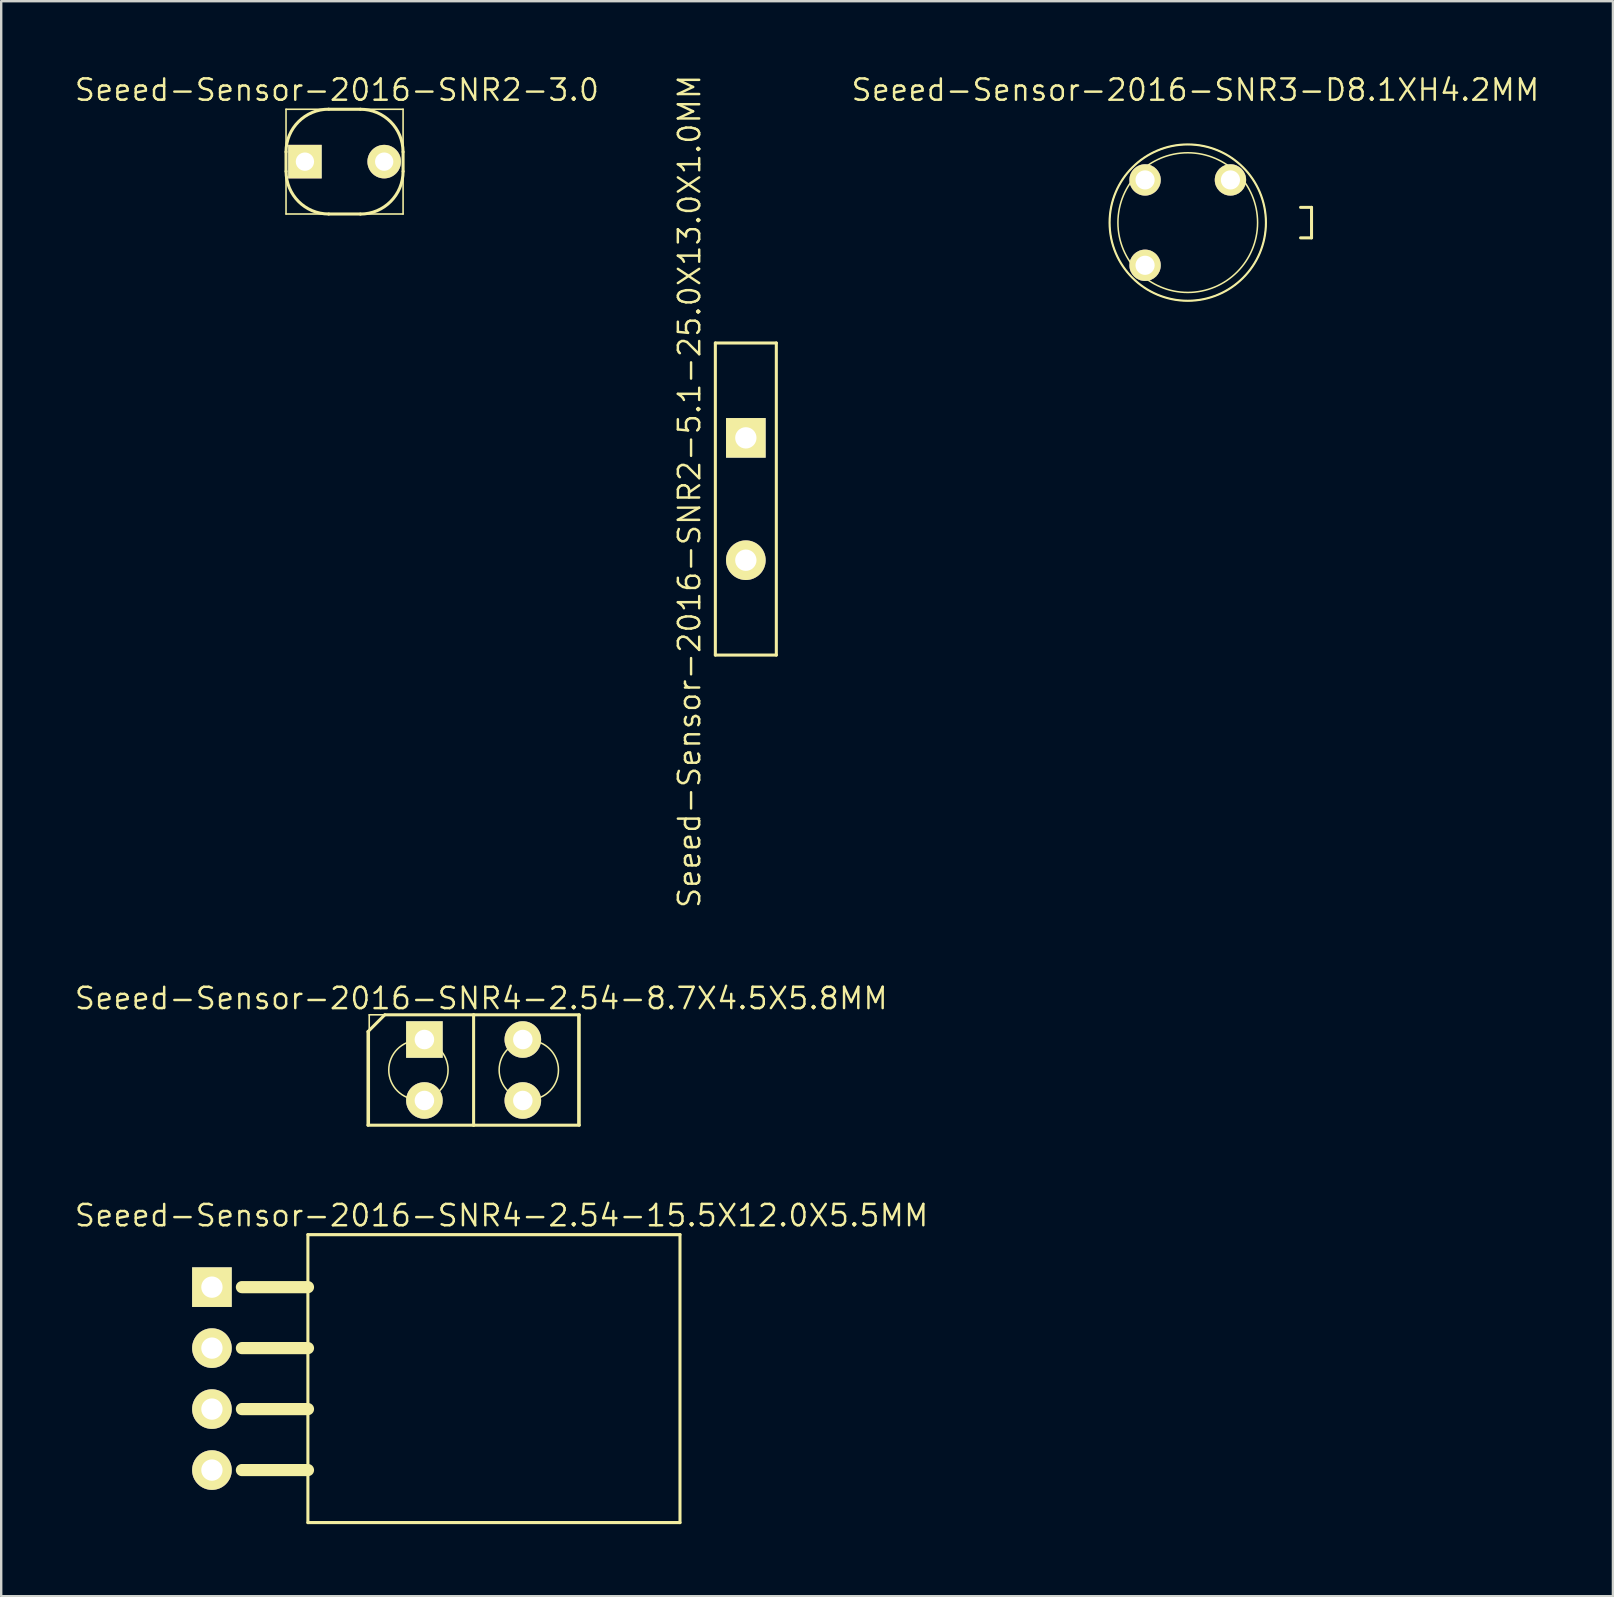
<source format=kicad_pcb>
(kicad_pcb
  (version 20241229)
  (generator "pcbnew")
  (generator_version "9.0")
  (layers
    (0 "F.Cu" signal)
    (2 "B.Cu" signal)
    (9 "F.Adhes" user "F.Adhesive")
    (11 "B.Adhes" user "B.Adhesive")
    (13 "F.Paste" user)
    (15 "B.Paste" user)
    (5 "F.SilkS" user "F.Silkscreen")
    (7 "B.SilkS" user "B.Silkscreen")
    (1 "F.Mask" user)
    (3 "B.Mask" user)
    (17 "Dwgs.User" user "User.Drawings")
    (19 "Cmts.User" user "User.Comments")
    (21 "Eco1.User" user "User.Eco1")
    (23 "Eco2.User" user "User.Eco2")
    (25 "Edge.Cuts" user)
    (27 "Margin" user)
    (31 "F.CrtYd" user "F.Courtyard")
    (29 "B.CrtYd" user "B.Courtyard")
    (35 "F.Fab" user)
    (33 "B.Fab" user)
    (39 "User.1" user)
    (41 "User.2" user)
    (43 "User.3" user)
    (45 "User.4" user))
  (footprint "Seeed-Sensor-2016-SNR2-3.0"
    (layer "F.Cu")
    (at 11.303 3.683)
    (property "Reference" "Seeed-Sensor-2016-SNR2-3.0" (at -0.318 -2.985 0) (layer "F.SilkS") (effects (font (size 0.889 0.889) (thickness 0.102))))
    (attr exclude_from_pos_files exclude_from_bom)
    (fp_line (start -2.438 -2.182) (end 2.438 -2.182) (stroke (width 0.066) (type solid)) (layer "F.SilkS"))
    (fp_line (start -2.438 0.406) (end -2.438 -0.406) (stroke (width 0.127) (type solid)) (layer "F.SilkS"))
    (fp_line (start -2.438 2.182) (end -2.438 -2.182) (stroke (width 0.066) (type solid)) (layer "F.SilkS"))
    (fp_line (start -2.438 2.182) (end 2.438 2.182) (stroke (width 0.066) (type solid)) (layer "F.SilkS"))
    (fp_line (start -0.66 -2.182) (end 0.66 -2.182) (stroke (width 0.127) (type solid)) (layer "F.SilkS"))
    (fp_line (start 0.66 2.182) (end -0.66 2.182) (stroke (width 0.127) (type solid)) (layer "F.SilkS"))
    (fp_line (start 2.438 -0.406) (end 2.438 0.406) (stroke (width 0.127) (type solid)) (layer "F.SilkS"))
    (fp_line (start 2.438 2.182) (end 2.438 -2.182) (stroke (width 0.066) (type solid)) (layer "F.SilkS"))
    (fp_arc (start -2.4384 -0.4064) (mid -1.917636 -1.663636) (end -0.6604 -2.1844) (stroke (width 0.127) (type solid)) (layer "F.SilkS"))
    (fp_arc (start -0.6604 2.18186) (mid -1.91584 1.66184) (end -2.43586 0.4064) (stroke (width 0.127) (type solid)) (layer "F.SilkS"))
    (fp_arc (start 0.6604 -2.18186) (mid 1.91584 -1.66184) (end 2.43586 -0.4064) (stroke (width 0.127) (type solid)) (layer "F.SilkS"))
    (fp_arc (start 2.4384 0.4064) (mid 1.917636 1.663636) (end 0.6604 2.1844) (stroke (width 0.127) (type solid)) (layer "F.SilkS"))
    (pad "1" thru_hole rect (at -1.651 0) (size 1.397 1.397) (drill 0.762) (layers "*.Cu" "F.Mask" "F.SilkS" "F.Paste"))
    (pad "2" thru_hole circle (at 1.651 0) (size 1.397 1.397) (drill 0.762) (layers "*.Cu" "F.Mask" "F.SilkS" "F.Paste")))
  (footprint "Seeed-Sensor-2016-SNR3-D8.1XH4.2MM"
    (layer "F.Cu")
    (at 46.428 6.223)
    (property "Reference" "Seeed-Sensor-2016-SNR3-D8.1XH4.2MM" (at 0.318 -5.524 0) (layer "F.SilkS") (effects (font (size 0.889 0.889) (thickness 0.102))))
    (attr exclude_from_pos_files exclude_from_bom)
    (fp_line (start 4.699 -0.635) (end 5.156 -0.635) (stroke (width 0.127) (type solid)) (layer "F.SilkS"))
    (fp_line (start 5.156 -0.635) (end 5.156 0.635) (stroke (width 0.127) (type solid)) (layer "F.SilkS"))
    (fp_line (start 5.156 0.635) (end 4.699 0.635) (stroke (width 0.127) (type solid)) (layer "F.SilkS"))
    (fp_circle (center 0 0) (end -2.311 2.311) (stroke (width 0.064) (type solid)) (fill no) (layer "F.SilkS"))
    (fp_circle (center 0 0) (end -2.294 2.294) (stroke (width 0.064) (type solid)) (fill no) (layer "F.SilkS"))
    (fp_circle (center 0 0) (end -2.057 2.057) (stroke (width 0.064) (type solid)) (fill no) (layer "F.SilkS"))
    (pad "1" thru_hole circle (at 1.778 -1.778) (size 1.306 1.306) (drill 0.798) (layers "*.Cu" "F.Mask" "F.SilkS" "F.Paste"))
    (pad "2" thru_hole circle (at -1.778 -1.778) (size 1.306 1.306) (drill 0.798) (layers "*.Cu" "F.Mask" "F.SilkS" "F.Paste"))
    (pad "3" thru_hole circle (at -1.778 1.778) (size 1.306 1.306) (drill 0.798) (layers "*.Cu" "F.Mask" "F.SilkS" "F.Paste")))
  (footprint "Seeed-Sensor-2016-SNR4-2.54-8.7X4.5X5.8MM"
    (layer "F.Cu")
    (at 16.679 41.523)
    (property "Reference" "Seeed-Sensor-2016-SNR4-2.54-8.7X4.5X5.8MM" (at 0.318 -2.985 0) (layer "F.SilkS") (effects (font (size 0.889 0.889) (thickness 0.102))))
    (attr exclude_from_pos_files exclude_from_bom)
    (fp_line (start -4.399 -1.6) (end -3.701 -2.299) (stroke (width 0.127) (type solid)) (layer "F.SilkS"))
    (fp_line (start -4.399 2.299) (end -4.399 -1.6) (stroke (width 0.127) (type solid)) (layer "F.SilkS"))
    (fp_line (start -4.348 -2.299) (end 4.348 -2.299) (stroke (width 0.066) (type solid)) (layer "F.SilkS"))
    (fp_line (start -4.348 2.299) (end -4.348 -2.299) (stroke (width 0.066) (type solid)) (layer "F.SilkS"))
    (fp_line (start -4.348 2.299) (end 4.348 2.299) (stroke (width 0.066) (type solid)) (layer "F.SilkS"))
    (fp_line (start -3.701 -2.299) (end 0 -2.299) (stroke (width 0.127) (type solid)) (layer "F.SilkS"))
    (fp_line (start 0 -2.299) (end 0 2.299) (stroke (width 0.127) (type solid)) (layer "F.SilkS"))
    (fp_line (start 0 -2.299) (end 4.399 -2.299) (stroke (width 0.127) (type solid)) (layer "F.SilkS"))
    (fp_line (start 0 2.299) (end -4.399 2.299) (stroke (width 0.127) (type solid)) (layer "F.SilkS"))
    (fp_line (start 4.348 2.299) (end 4.348 -2.299) (stroke (width 0.066) (type solid)) (layer "F.SilkS"))
    (fp_line (start 4.399 -2.299) (end 4.399 2.299) (stroke (width 0.127) (type solid)) (layer "F.SilkS"))
    (fp_line (start 4.399 2.299) (end 0 2.299) (stroke (width 0.127) (type solid)) (layer "F.SilkS"))
    (fp_circle (center -2.299 0) (end -3.172 0.874) (stroke (width 0.064) (type solid)) (fill no) (layer "F.SilkS"))
    (fp_circle (center 2.299 0) (end 3.172 0.874) (stroke (width 0.064) (type solid)) (fill no) (layer "F.SilkS"))
    (pad "1" thru_hole rect (at -2.05 -1.27) (size 1.524 1.524) (drill 0.813) (layers "*.Cu" "F.Mask" "F.SilkS" "F.Paste"))
    (pad "2" thru_hole circle (at -2.05 1.27) (size 1.524 1.524) (drill 0.813) (layers "*.Cu" "F.Mask" "F.SilkS" "F.Paste"))
    (pad "3" thru_hole circle (at 2.05 -1.27) (size 1.524 1.524) (drill 0.813) (layers "*.Cu" "F.Mask" "F.SilkS" "F.Paste"))
    (pad "4" thru_hole circle (at 2.05 1.27) (size 1.524 1.524) (drill 0.813) (layers "*.Cu" "F.Mask" "F.SilkS" "F.Paste")))
  (footprint "Seeed-Sensor-2016-SNR2-5.1-25.0X13.0X1.0MM"
    (layer "F.Cu")
    (at 28.019 17.738)
    (property "Reference" "Seeed-Sensor-2016-SNR2-5.1-25.0X13.0X1.0MM" (at -2.349 -0.318 90) (layer "F.SilkS") (effects (font (size 0.889 0.889) (thickness 0.102))))
    (attr exclude_from_pos_files exclude_from_bom)
    (fp_line (start -1.27 -6.5) (end 1.27 -6.5) (stroke (width 0.127) (type solid)) (layer "F.SilkS"))
    (fp_line (start -1.27 6.5) (end -1.27 -6.5) (stroke (width 0.127) (type solid)) (layer "F.SilkS"))
    (fp_line (start 1.27 -6.5) (end 1.27 6.5) (stroke (width 0.127) (type solid)) (layer "F.SilkS"))
    (fp_line (start 1.27 6.5) (end -1.27 6.5) (stroke (width 0.127) (type solid)) (layer "F.SilkS"))
    (pad "1" thru_hole rect (at 0 -2.548) (size 1.651 1.651) (drill 0.889) (layers "*.Cu" "F.Mask" "F.SilkS" "F.Paste"))
    (pad "2" thru_hole circle (at 0 2.548) (size 1.651 1.651) (drill 0.889) (layers "*.Cu" "F.Mask" "F.SilkS" "F.Paste")))
  (footprint "Seeed-Sensor-2016-SNR4-2.54-15.5X12.0X5.5MM"
    (layer "F.Cu")
    (at 17.526 54.378)
    (property "Reference" "Seeed-Sensor-2016-SNR4-2.54-15.5X12.0X5.5MM" (at 0.318 -6.795 0) (layer "F.SilkS") (effects (font (size 0.889 0.889) (thickness 0.102))))
    (attr exclude_from_pos_files exclude_from_bom)
    (fp_line (start -10.498 -3.81) (end -7.747 -3.81) (stroke (width 0.508) (type solid)) (layer "F.SilkS"))
    (fp_line (start -10.498 -1.27) (end -7.747 -1.27) (stroke (width 0.508) (type solid)) (layer "F.SilkS"))
    (fp_line (start -10.498 1.27) (end -7.747 1.27) (stroke (width 0.508) (type solid)) (layer "F.SilkS"))
    (fp_line (start -10.498 3.81) (end -7.747 3.81) (stroke (width 0.508) (type solid)) (layer "F.SilkS"))
    (fp_line (start -7.75 -5.999) (end 7.75 -5.999) (stroke (width 0.127) (type solid)) (layer "F.SilkS"))
    (fp_line (start -7.75 5.999) (end -7.75 -5.999) (stroke (width 0.127) (type solid)) (layer "F.SilkS"))
    (fp_line (start -7.747 -5.969) (end 7.747 -5.969) (stroke (width 0.066) (type solid)) (layer "F.SilkS"))
    (fp_line (start -7.747 5.969) (end -7.747 -5.969) (stroke (width 0.066) (type solid)) (layer "F.SilkS"))
    (fp_line (start -7.747 5.969) (end 7.747 5.969) (stroke (width 0.066) (type solid)) (layer "F.SilkS"))
    (fp_line (start 7.747 5.969) (end 7.747 -5.969) (stroke (width 0.066) (type solid)) (layer "F.SilkS"))
    (fp_line (start 7.75 -5.999) (end 7.75 5.999) (stroke (width 0.127) (type solid)) (layer "F.SilkS"))
    (fp_line (start 7.75 5.999) (end -7.75 5.999) (stroke (width 0.127) (type solid)) (layer "F.SilkS"))
    (pad "1" thru_hole rect (at -11.748 -3.81) (size 1.651 1.651) (drill 0.889) (layers "*.Cu" "F.Mask" "F.SilkS" "F.Paste"))
    (pad "2" thru_hole circle (at -11.748 -1.27) (size 1.651 1.651) (drill 0.889) (layers "*.Cu" "F.Mask" "F.SilkS" "F.Paste"))
    (pad "3" thru_hole circle (at -11.748 1.27) (size 1.651 1.651) (drill 0.889) (layers "*.Cu" "F.Mask" "F.SilkS" "F.Paste"))
    (pad "4" thru_hole circle (at -11.748 3.81) (size 1.651 1.651) (drill 0.889) (layers "*.Cu" "F.Mask" "F.SilkS" "F.Paste")))
  (gr_rect
    (start -3 -3)
    (end 64.139 63.441)
    (stroke (width 0.1) (type default))
    (fill no)
    (layer "Edge.Cuts")))
</source>
